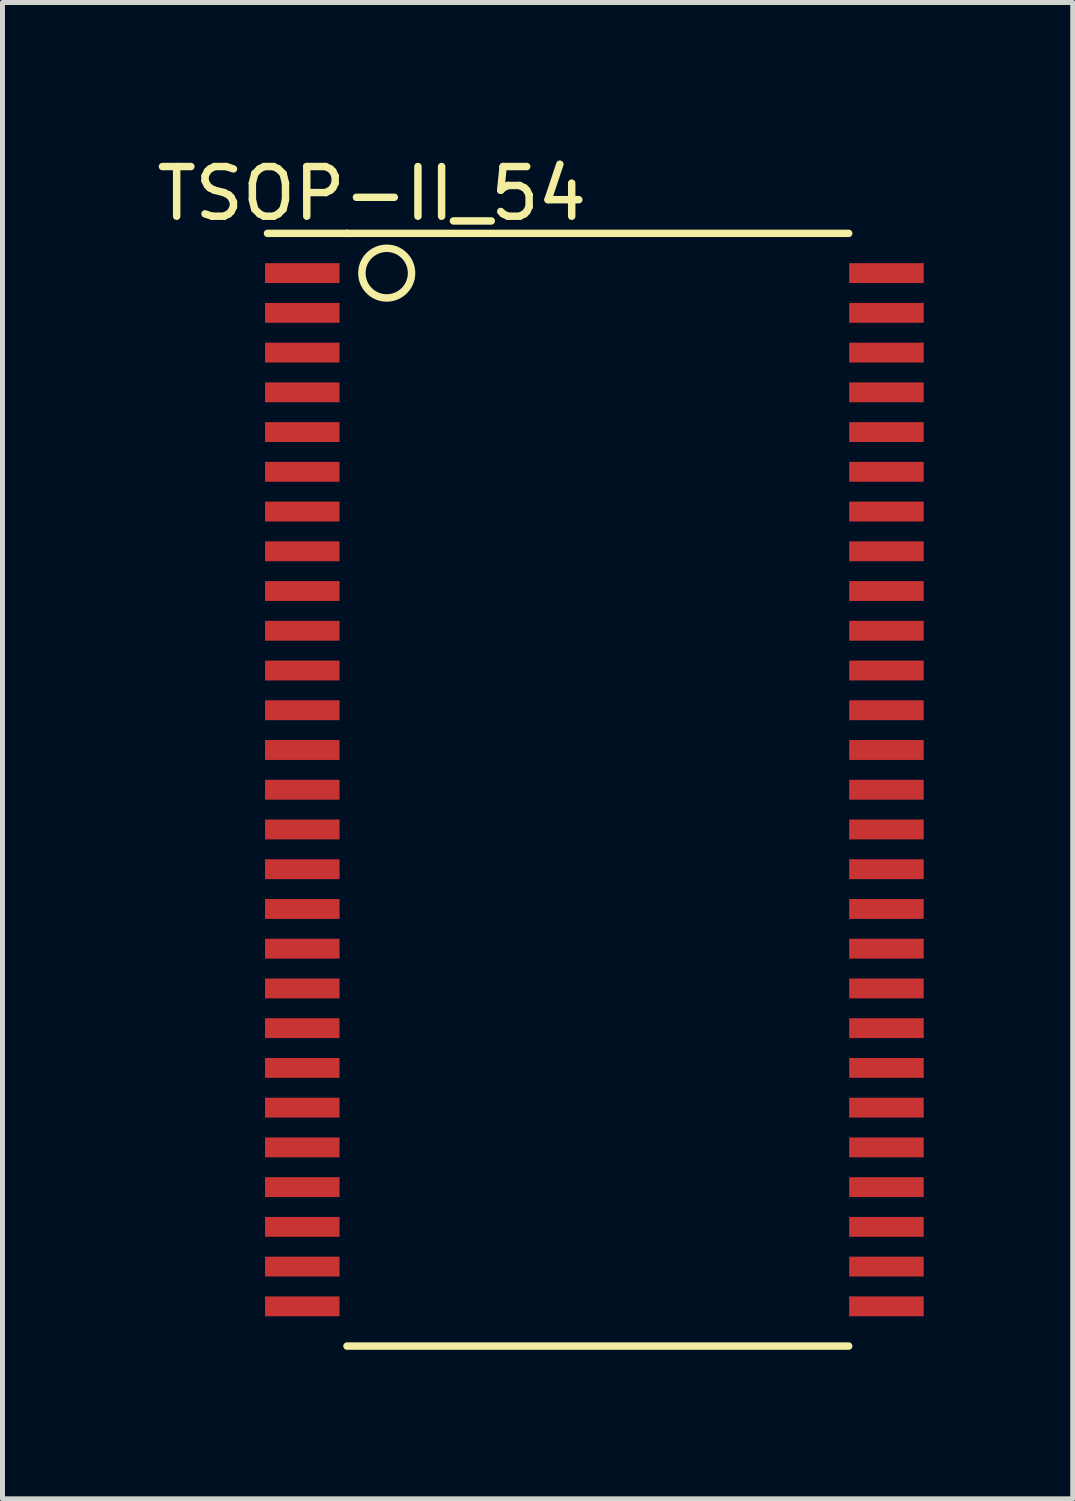
<source format=kicad_pcb>
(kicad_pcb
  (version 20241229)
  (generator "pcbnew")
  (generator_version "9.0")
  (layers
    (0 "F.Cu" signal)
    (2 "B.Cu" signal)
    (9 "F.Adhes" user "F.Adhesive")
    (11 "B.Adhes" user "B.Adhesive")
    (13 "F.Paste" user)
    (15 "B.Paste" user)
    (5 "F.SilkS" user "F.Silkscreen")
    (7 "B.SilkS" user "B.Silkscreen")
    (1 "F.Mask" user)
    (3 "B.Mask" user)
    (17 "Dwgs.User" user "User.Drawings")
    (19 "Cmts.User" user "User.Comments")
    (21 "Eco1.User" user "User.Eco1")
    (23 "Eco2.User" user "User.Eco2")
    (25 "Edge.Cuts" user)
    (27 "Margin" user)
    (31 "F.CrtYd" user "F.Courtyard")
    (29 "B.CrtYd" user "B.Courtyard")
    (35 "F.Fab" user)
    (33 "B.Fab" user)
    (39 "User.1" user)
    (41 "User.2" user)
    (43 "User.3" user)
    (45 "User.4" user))
  (footprint "TSOP-II_54"
    (layer "F.Cu")
    (at 3.035 2.448)
    (property "Reference" "TSOP-II_54" (at 1.4 -1.6 0) (layer "F.SilkS") (effects (font (size 1 1) (thickness 0.15))))
    (attr through_hole)
    (fp_line (start 0.9 -0.8) (end -0.7 -0.8) (stroke (width 0.15) (type solid)) (layer "F.SilkS"))
    (fp_line (start 0.9 21.6) (end 11 21.6) (stroke (width 0.15) (type solid)) (layer "F.SilkS"))
    (fp_line (start 11 -0.8) (end 0.9 -0.8) (stroke (width 0.15) (type solid)) (layer "F.SilkS"))
    (fp_circle (center 1.7 0) (end 1.7 0.5) (stroke (width 0.15) (type solid)) (fill no) (layer "F.SilkS"))
    (pad "1" smd rect (at 0 0) (size 1.5 0.4) (layers "F.Cu" "F.Mask" "F.Paste"))
    (pad "2" smd rect (at 0 0.8) (size 1.5 0.4) (layers "F.Cu" "F.Mask" "F.Paste"))
    (pad "3" smd rect (at 0 1.6) (size 1.5 0.4) (layers "F.Cu" "F.Mask" "F.Paste"))
    (pad "4" smd rect (at 0 2.4) (size 1.5 0.4) (layers "F.Cu" "F.Mask" "F.Paste"))
    (pad "5" smd rect (at 0 3.2) (size 1.5 0.4) (layers "F.Cu" "F.Mask" "F.Paste"))
    (pad "6" smd rect (at 0 4) (size 1.5 0.4) (layers "F.Cu" "F.Mask" "F.Paste"))
    (pad "7" smd rect (at 0 4.8) (size 1.5 0.4) (layers "F.Cu" "F.Mask" "F.Paste"))
    (pad "8" smd rect (at 0 5.6) (size 1.5 0.4) (layers "F.Cu" "F.Mask" "F.Paste"))
    (pad "9" smd rect (at 0 6.4) (size 1.5 0.4) (layers "F.Cu" "F.Mask" "F.Paste"))
    (pad "10" smd rect (at 0 7.2) (size 1.5 0.4) (layers "F.Cu" "F.Mask" "F.Paste"))
    (pad "11" smd rect (at 0 8) (size 1.5 0.4) (layers "F.Cu" "F.Mask" "F.Paste"))
    (pad "12" smd rect (at 0 8.8) (size 1.5 0.4) (layers "F.Cu" "F.Mask" "F.Paste"))
    (pad "13" smd rect (at 0 9.6) (size 1.5 0.4) (layers "F.Cu" "F.Mask" "F.Paste"))
    (pad "14" smd rect (at 0 10.4) (size 1.5 0.4) (layers "F.Cu" "F.Mask" "F.Paste"))
    (pad "15" smd rect (at 0 11.2) (size 1.5 0.4) (layers "F.Cu" "F.Mask" "F.Paste"))
    (pad "16" smd rect (at 0 12) (size 1.5 0.4) (layers "F.Cu" "F.Mask" "F.Paste"))
    (pad "17" smd rect (at 0 12.8) (size 1.5 0.4) (layers "F.Cu" "F.Mask" "F.Paste"))
    (pad "18" smd rect (at 0 13.6) (size 1.5 0.4) (layers "F.Cu" "F.Mask" "F.Paste"))
    (pad "19" smd rect (at 0 14.4) (size 1.5 0.4) (layers "F.Cu" "F.Mask" "F.Paste"))
    (pad "20" smd rect (at 0 15.2) (size 1.5 0.4) (layers "F.Cu" "F.Mask" "F.Paste"))
    (pad "21" smd rect (at 0 16) (size 1.5 0.4) (layers "F.Cu" "F.Mask" "F.Paste"))
    (pad "22" smd rect (at 0 16.8) (size 1.5 0.4) (layers "F.Cu" "F.Mask" "F.Paste"))
    (pad "23" smd rect (at 0 17.6) (size 1.5 0.4) (layers "F.Cu" "F.Mask" "F.Paste"))
    (pad "24" smd rect (at 0 18.4) (size 1.5 0.4) (layers "F.Cu" "F.Mask" "F.Paste"))
    (pad "25" smd rect (at 0 19.2) (size 1.5 0.4) (layers "F.Cu" "F.Mask" "F.Paste"))
    (pad "26" smd rect (at 0 20) (size 1.5 0.4) (layers "F.Cu" "F.Mask" "F.Paste"))
    (pad "27" smd rect (at 0 20.8) (size 1.5 0.4) (layers "F.Cu" "F.Mask" "F.Paste"))
    (pad "28" smd rect (at 11.76 20.8) (size 1.5 0.4) (layers "F.Cu" "F.Mask" "F.Paste"))
    (pad "29" smd rect (at 11.76 20) (size 1.5 0.4) (layers "F.Cu" "F.Mask" "F.Paste"))
    (pad "30" smd rect (at 11.76 19.2) (size 1.5 0.4) (layers "F.Cu" "F.Mask" "F.Paste"))
    (pad "31" smd rect (at 11.76 18.4) (size 1.5 0.4) (layers "F.Cu" "F.Mask" "F.Paste"))
    (pad "32" smd rect (at 11.76 17.6) (size 1.5 0.4) (layers "F.Cu" "F.Mask" "F.Paste"))
    (pad "33" smd rect (at 11.76 16.8) (size 1.5 0.4) (layers "F.Cu" "F.Mask" "F.Paste"))
    (pad "34" smd rect (at 11.76 16) (size 1.5 0.4) (layers "F.Cu" "F.Mask" "F.Paste"))
    (pad "35" smd rect (at 11.76 15.2) (size 1.5 0.4) (layers "F.Cu" "F.Mask" "F.Paste"))
    (pad "36" smd rect (at 11.76 14.4) (size 1.5 0.4) (layers "F.Cu" "F.Mask" "F.Paste"))
    (pad "37" smd rect (at 11.76 13.6) (size 1.5 0.4) (layers "F.Cu" "F.Mask" "F.Paste"))
    (pad "38" smd rect (at 11.76 12.8) (size 1.5 0.4) (layers "F.Cu" "F.Mask" "F.Paste"))
    (pad "39" smd rect (at 11.76 12) (size 1.5 0.4) (layers "F.Cu" "F.Mask" "F.Paste"))
    (pad "40" smd rect (at 11.76 11.2) (size 1.5 0.4) (layers "F.Cu" "F.Mask" "F.Paste"))
    (pad "41" smd rect (at 11.76 10.4) (size 1.5 0.4) (layers "F.Cu" "F.Mask" "F.Paste"))
    (pad "42" smd rect (at 11.76 9.6) (size 1.5 0.4) (layers "F.Cu" "F.Mask" "F.Paste"))
    (pad "43" smd rect (at 11.76 8.8) (size 1.5 0.4) (layers "F.Cu" "F.Mask" "F.Paste"))
    (pad "44" smd rect (at 11.76 8) (size 1.5 0.4) (layers "F.Cu" "F.Mask" "F.Paste"))
    (pad "45" smd rect (at 11.76 7.2) (size 1.5 0.4) (layers "F.Cu" "F.Mask" "F.Paste"))
    (pad "46" smd rect (at 11.76 6.4) (size 1.5 0.4) (layers "F.Cu" "F.Mask" "F.Paste"))
    (pad "47" smd rect (at 11.76 5.6) (size 1.5 0.4) (layers "F.Cu" "F.Mask" "F.Paste"))
    (pad "48" smd rect (at 11.76 4.8) (size 1.5 0.4) (layers "F.Cu" "F.Mask" "F.Paste"))
    (pad "49" smd rect (at 11.76 4) (size 1.5 0.4) (layers "F.Cu" "F.Mask" "F.Paste"))
    (pad "50" smd rect (at 11.76 3.2) (size 1.5 0.4) (layers "F.Cu" "F.Mask" "F.Paste"))
    (pad "51" smd rect (at 11.76 2.4) (size 1.5 0.4) (layers "F.Cu" "F.Mask" "F.Paste"))
    (pad "52" smd rect (at 11.76 1.6) (size 1.5 0.4) (layers "F.Cu" "F.Mask" "F.Paste"))
    (pad "53" smd rect (at 11.76 0.8) (size 1.5 0.4) (layers "F.Cu" "F.Mask" "F.Paste"))
    (pad "54" smd rect (at 11.76 0) (size 1.5 0.4) (layers "F.Cu" "F.Mask" "F.Paste")))
  (gr_rect
    (start -3 -3)
    (end 18.545 27.123)
    (stroke (width 0.1) (type default))
    (fill no)
    (layer "Edge.Cuts")))
</source>
